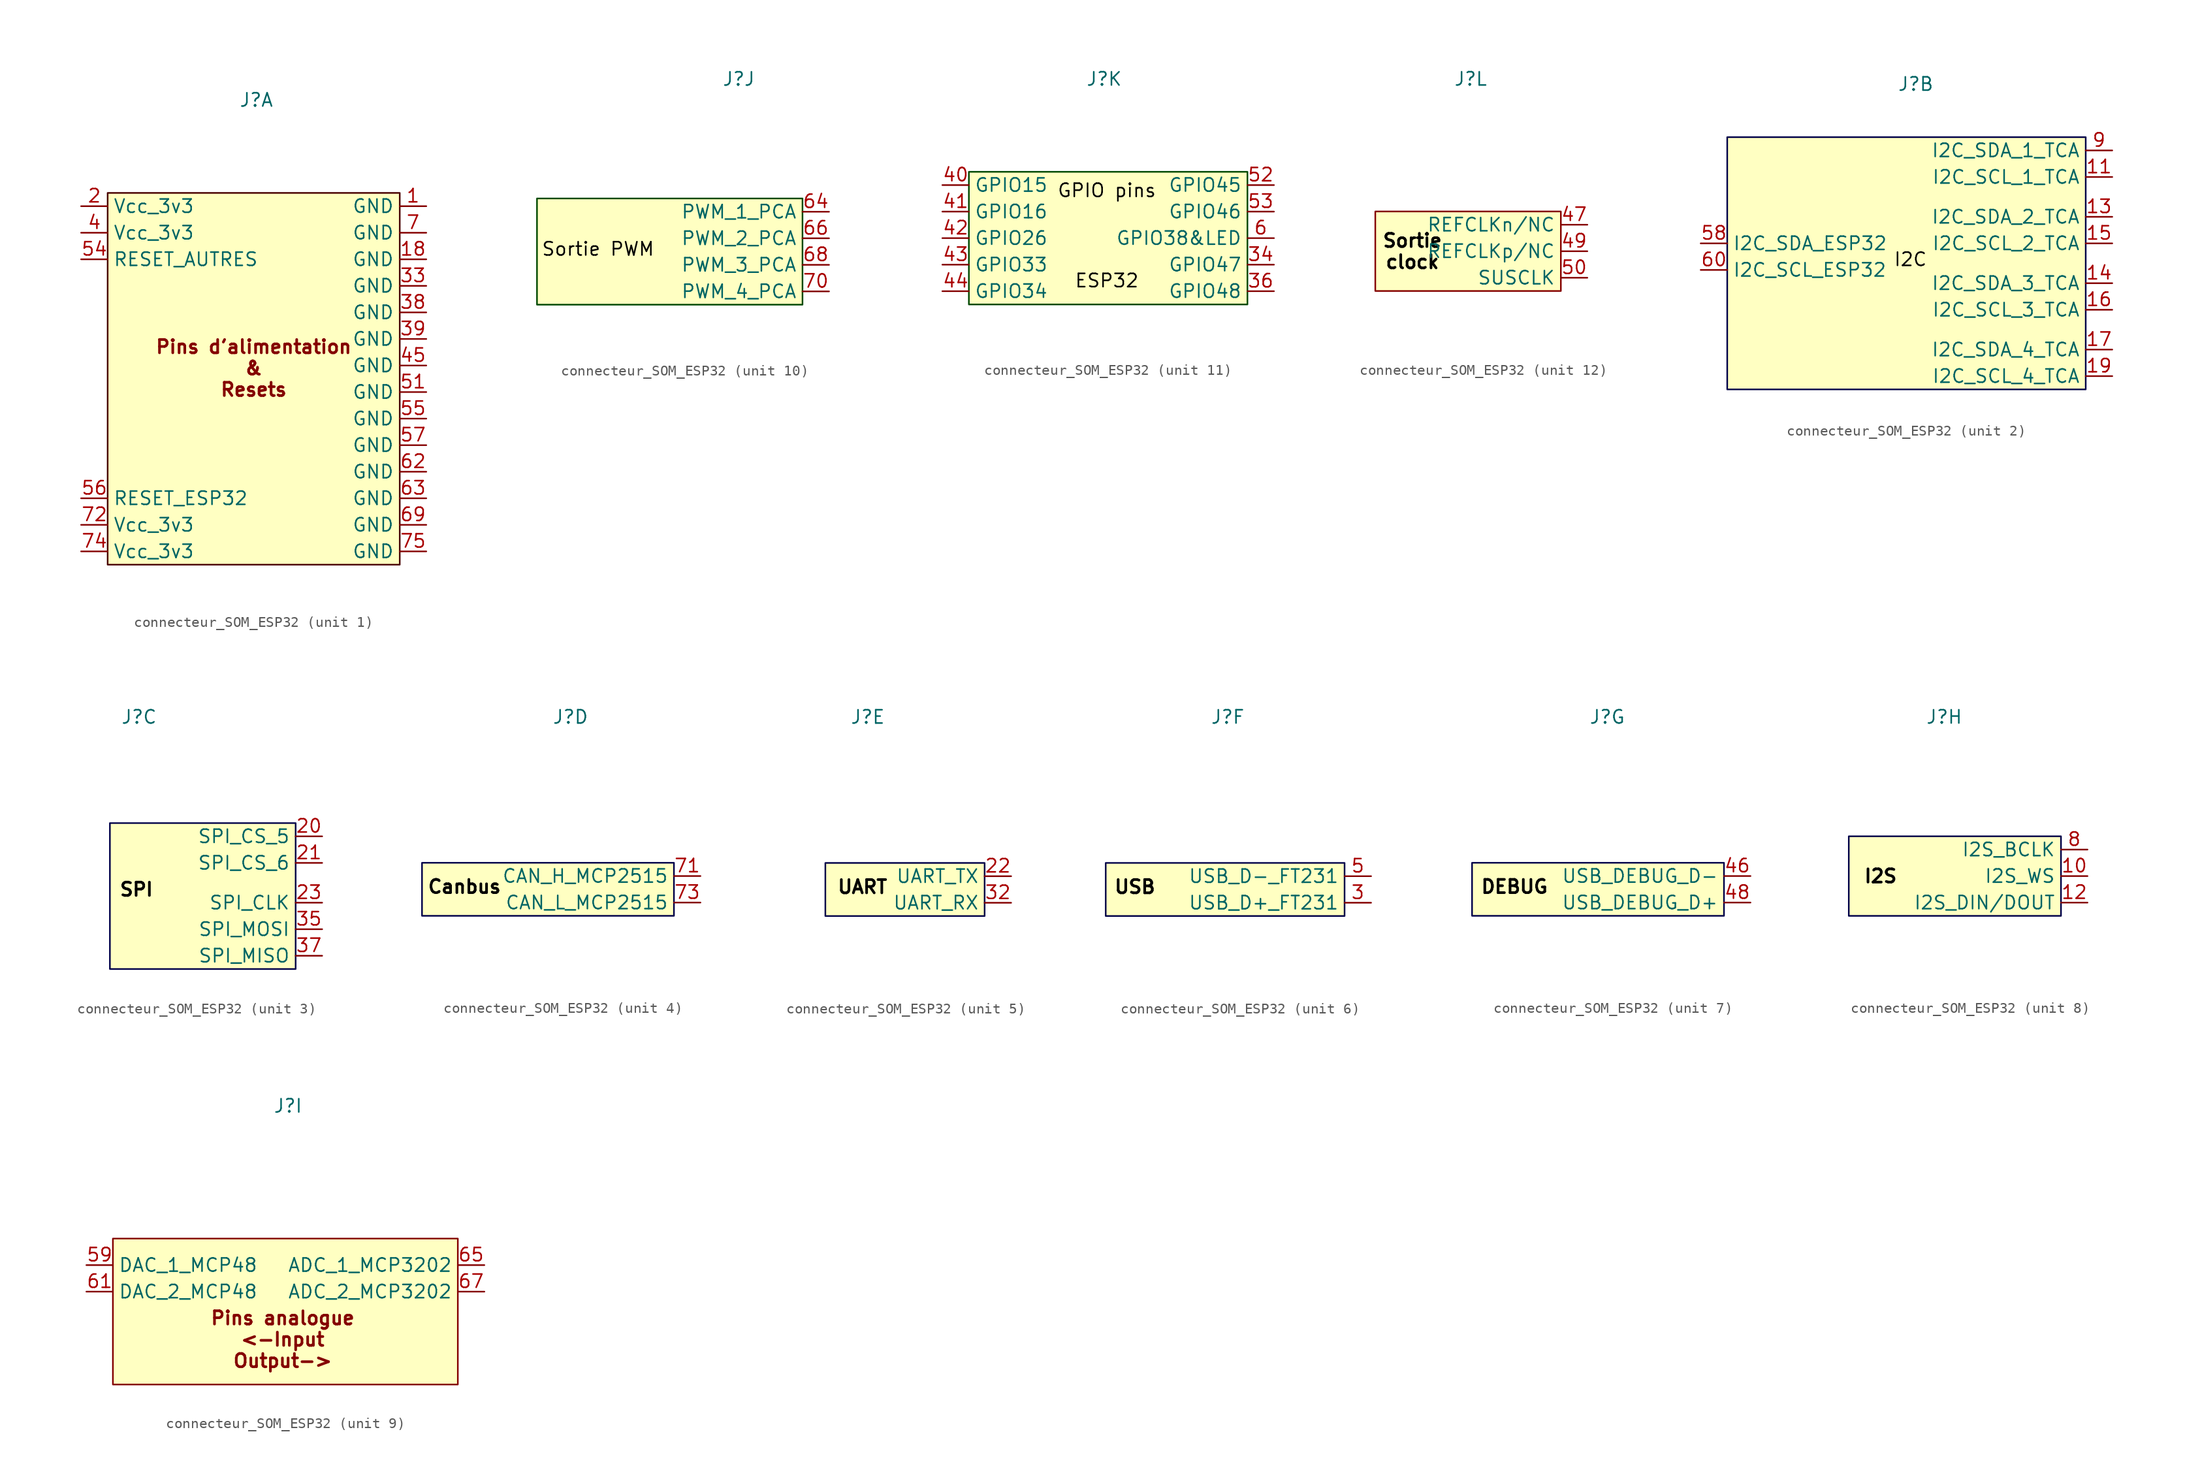
<source format=kicad_sym>
(kicad_symbol_lib
  (version 20231120)
  (generator "kicad_symbol_editor")
  (generator_version "8.0")
  (symbol "connecteur_SOM_ESP32"
    (property "Reference" "J"
      (at 0.254 16.51 0)
      (effects (font (size 1.27 1.27))))
    (property "Value" ""
      (at -6.35 -7.62 0)
      (effects (font (size 1.27 1.27))))
    (property "ki_locked" ""
      (at 0 0 0)
      (effects (font (size 1.27 1.27))))
    (symbol "connecteur_SOM_ESP32_1_1"
      (rectangle (start -13.97 7.62) (end 13.97 -27.94) (stroke (width 0) (type default) (color 72 0 0 1)) (fill (type background)))
      (text "Pins d'alimentation\n&\nResets" (at 0 -9.144 0) (effects (font (size 1.27 1.27) (bold yes))))
      (pin power_in line (at 16.51 6.35 180) (length 2.54) (name "GND" (effects (font (size 1.27 1.27)))) (number "1" (effects (font (size 1.27 1.27)))))
      (pin power_in line (at 16.51 1.27 180) (length 2.54) (name "GND" (effects (font (size 1.27 1.27)))) (number "18" (effects (font (size 1.27 1.27)))))
      (pin power_in line (at -16.51 6.35 0) (length 2.54) (name "Vcc_3v3" (effects (font (size 1.27 1.27)))) (number "2" (effects (font (size 1.27 1.27)))))
      (pin power_in line (at 16.51 -1.27 180) (length 2.54) (name "GND" (effects (font (size 1.27 1.27)))) (number "33" (effects (font (size 1.27 1.27)))))
      (pin power_in line (at 16.51 -3.81 180) (length 2.54) (name "GND" (effects (font (size 1.27 1.27)))) (number "38" (effects (font (size 1.27 1.27)))))
      (pin power_in line (at 16.51 -6.35 180) (length 2.54) (name "GND" (effects (font (size 1.27 1.27)))) (number "39" (effects (font (size 1.27 1.27)))))
      (pin power_in line (at -16.51 3.81 0) (length 2.54) (name "Vcc_3v3" (effects (font (size 1.27 1.27)))) (number "4" (effects (font (size 1.27 1.27)))))
      (pin power_in line (at 16.51 -8.89 180) (length 2.54) (name "GND" (effects (font (size 1.27 1.27)))) (number "45" (effects (font (size 1.27 1.27)))))
      (pin power_in line (at 16.51 -11.43 180) (length 2.54) (name "GND" (effects (font (size 1.27 1.27)))) (number "51" (effects (font (size 1.27 1.27)))))
      (pin bidirectional line (at -16.51 1.27 0) (length 2.54) (name "RESET_AUTRES" (effects (font (size 1.27 1.27)))) (number "54" (effects (font (size 1.27 1.27)))))
      (pin power_in line (at 16.51 -13.97 180) (length 2.54) (name "GND" (effects (font (size 1.27 1.27)))) (number "55" (effects (font (size 1.27 1.27)))))
      (pin bidirectional line (at -16.51 -21.59 0) (length 2.54) (name "RESET_ESP32" (effects (font (size 1.27 1.27)))) (number "56" (effects (font (size 1.27 1.27)))))
      (pin power_in line (at 16.51 -16.51 180) (length 2.54) (name "GND" (effects (font (size 1.27 1.27)))) (number "57" (effects (font (size 1.27 1.27)))))
      (pin power_in line (at 16.51 -19.05 180) (length 2.54) (name "GND" (effects (font (size 1.27 1.27)))) (number "62" (effects (font (size 1.27 1.27)))))
      (pin power_in line (at 16.51 -21.59 180) (length 2.54) (name "GND" (effects (font (size 1.27 1.27)))) (number "63" (effects (font (size 1.27 1.27)))))
      (pin power_in line (at 16.51 -24.13 180) (length 2.54) (name "GND" (effects (font (size 1.27 1.27)))) (number "69" (effects (font (size 1.27 1.27)))))
      (pin power_in line (at 16.51 3.81 180) (length 2.54) (name "GND" (effects (font (size 1.27 1.27)))) (number "7" (effects (font (size 1.27 1.27)))))
      (pin power_in line (at -16.51 -24.13 0) (length 2.54) (name "Vcc_3v3" (effects (font (size 1.27 1.27)))) (number "72" (effects (font (size 1.27 1.27)))))
      (pin power_in line (at -16.51 -26.67 0) (length 2.54) (name "Vcc_3v3" (effects (font (size 1.27 1.27)))) (number "74" (effects (font (size 1.27 1.27)))))
      (pin power_in line (at 16.51 -26.67 180) (length 2.54) (name "GND" (effects (font (size 1.27 1.27)))) (number "75" (effects (font (size 1.27 1.27))))))
    (symbol "connecteur_SOM_ESP32_2_1"
      (rectangle (start -17.78 11.43) (end 16.51 -12.7) (stroke (width 0) (type default) (color 0 0 72 1)) (fill (type background)))
      (text "I2C" (at -0.254 -0.254 0) (effects (font (size 1.27 1.27) (color 0 0 0 1))))
      (pin bidirectional line (at 19.05 7.62 180) (length 2.54) (name "I2C_SCL_1_TCA" (effects (font (size 1.27 1.27)))) (number "11" (effects (font (size 1.27 1.27)))))
      (pin bidirectional line (at 19.05 3.81 180) (length 2.54) (name "I2C_SDA_2_TCA" (effects (font (size 1.27 1.27)))) (number "13" (effects (font (size 1.27 1.27)))))
      (pin bidirectional line (at 19.05 -2.54 180) (length 2.54) (name "I2C_SDA_3_TCA" (effects (font (size 1.27 1.27)))) (number "14" (effects (font (size 1.27 1.27)))))
      (pin bidirectional line (at 19.05 1.27 180) (length 2.54) (name "I2C_SCL_2_TCA" (effects (font (size 1.27 1.27)))) (number "15" (effects (font (size 1.27 1.27)))))
      (pin bidirectional line (at 19.05 -5.08 180) (length 2.54) (name "I2C_SCL_3_TCA" (effects (font (size 1.27 1.27)))) (number "16" (effects (font (size 1.27 1.27)))))
      (pin bidirectional line (at 19.05 -8.89 180) (length 2.54) (name "I2C_SDA_4_TCA" (effects (font (size 1.27 1.27)))) (number "17" (effects (font (size 1.27 1.27)))))
      (pin bidirectional line (at 19.05 -11.43 180) (length 2.54) (name "I2C_SCL_4_TCA" (effects (font (size 1.27 1.27)))) (number "19" (effects (font (size 1.27 1.27)))))
      (pin bidirectional line (at -20.32 1.27 0) (length 2.54) (name "I2C_SDA_ESP32" (effects (font (size 1.27 1.27)))) (number "58" (effects (font (size 1.27 1.27)))))
      (pin bidirectional line (at -20.32 -1.27 0) (length 2.54) (name "I2C_SCL_ESP32" (effects (font (size 1.27 1.27)))) (number "60" (effects (font (size 1.27 1.27)))))
      (pin bidirectional line (at 19.05 10.16 180) (length 2.54) (name "I2C_SDA_1_TCA" (effects (font (size 1.27 1.27)))) (number "9" (effects (font (size 1.27 1.27))))))
    (symbol "connecteur_SOM_ESP32_3_1"
      (rectangle (start -2.54 6.35) (end 15.24 -7.62) (stroke (width 0) (type default) (color 0 0 72 1)) (fill (type background)))
      (text "SPI" (at 0 0 0) (effects (font (size 1.27 1.27) (bold yes) (color 0 0 0 1))))
      (pin bidirectional line (at 17.78 5.08 180) (length 2.54) (name "SPI_CS_5" (effects (font (size 1.27 1.27)))) (number "20" (effects (font (size 1.27 1.27)))))
      (pin bidirectional line (at 17.78 2.54 180) (length 2.54) (name "SPI_CS_6" (effects (font (size 1.27 1.27)))) (number "21" (effects (font (size 1.27 1.27)))))
      (pin bidirectional line (at 17.78 -1.27 180) (length 2.54) (name "SPI_CLK" (effects (font (size 1.27 1.27)))) (number "23" (effects (font (size 1.27 1.27)))))
      (pin bidirectional line (at 17.78 -3.81 180) (length 2.54) (name "SPI_MOSI" (effects (font (size 1.27 1.27)))) (number "35" (effects (font (size 1.27 1.27)))))
      (pin bidirectional line (at 17.78 -6.35 180) (length 2.54) (name "SPI_MISO" (effects (font (size 1.27 1.27)))) (number "37" (effects (font (size 1.27 1.27))))))
    (symbol "connecteur_SOM_ESP32_4_1"
      (rectangle (start -13.97 2.54) (end 10.16 -2.54) (stroke (width 0) (type default) (color 0 0 72 1)) (fill (type background)))
      (text "Canbus" (at -9.906 0.254 0) (effects (font (size 1.27 1.27) (bold yes) (color 0 0 0 1))))
      (pin bidirectional line (at 12.7 1.27 180) (length 2.54) (name "CAN_H_MCP2515" (effects (font (size 1.27 1.27)))) (number "71" (effects (font (size 1.27 1.27)))))
      (pin bidirectional line (at 12.7 -1.27 180) (length 2.54) (name "CAN_L_MCP2515" (effects (font (size 1.27 1.27)))) (number "73" (effects (font (size 1.27 1.27))))))
    (symbol "connecteur_SOM_ESP32_5_1"
      (rectangle (start -3.81 2.54) (end 11.43 -2.54) (stroke (width 0) (type default) (color 0 0 72 1)) (fill (type background)))
      (text "UART" (at -0.254 0.254 0) (effects (font (size 1.27 1.27) (bold yes) (color 0 0 0 1))))
      (pin bidirectional line (at 13.97 1.27 180) (length 2.54) (name "UART_TX" (effects (font (size 1.27 1.27)))) (number "22" (effects (font (size 1.27 1.27)))))
      (pin bidirectional line (at 13.97 -1.27 180) (length 2.54) (name "UART_RX" (effects (font (size 1.27 1.27)))) (number "32" (effects (font (size 1.27 1.27))))))
    (symbol "connecteur_SOM_ESP32_6_1"
      (rectangle (start -11.43 2.54) (end 11.43 -2.54) (stroke (width 0) (type default) (color 0 0 72 1)) (fill (type background)))
      (text "USB" (at -8.636 0.254 0) (effects (font (size 1.27 1.27) (bold yes) (color 0 0 0 1))))
      (pin bidirectional line (at 13.97 -1.27 180) (length 2.54) (name "USB_D+_FT231" (effects (font (size 1.27 1.27)))) (number "3" (effects (font (size 1.27 1.27)))))
      (pin bidirectional line (at 13.97 1.27 180) (length 2.54) (name "USB_D-_FT231" (effects (font (size 1.27 1.27)))) (number "5" (effects (font (size 1.27 1.27))))))
    (symbol "connecteur_SOM_ESP32_7_1"
      (rectangle (start -12.7 2.54) (end 11.43 -2.54) (stroke (width 0) (type default) (color 0 0 72 1)) (fill (type background)))
      (text "DEBUG" (at -8.636 0.254 0) (effects (font (size 1.27 1.27) (bold yes) (color 0 0 0 1))))
      (pin bidirectional line (at 13.97 1.27 180) (length 2.54) (name "USB_DEBUG_D-" (effects (font (size 1.27 1.27)))) (number "46" (effects (font (size 1.27 1.27)))))
      (pin bidirectional line (at 13.97 -1.27 180) (length 2.54) (name "USB_DEBUG_D+" (effects (font (size 1.27 1.27)))) (number "48" (effects (font (size 1.27 1.27))))))
    (symbol "connecteur_SOM_ESP32_8_1"
      (rectangle (start -8.89 5.08) (end 11.43 -2.54) (stroke (width 0) (type default) (color 0 0 72 1)) (fill (type background)))
      (text "I2S" (at -5.842 1.27 0) (effects (font (size 1.27 1.27) (bold yes) (color 0 0 0 1))))
      (pin bidirectional line (at 13.97 1.27 180) (length 2.54) (name "I2S_WS" (effects (font (size 1.27 1.27)))) (number "10" (effects (font (size 1.27 1.27)))))
      (pin bidirectional line (at 13.97 -1.27 180) (length 2.54) (name "I2S_DIN/DOUT" (effects (font (size 1.27 1.27)))) (number "12" (effects (font (size 1.27 1.27)))))
      (pin bidirectional line (at 13.97 3.81 180) (length 2.54) (name "I2S_BCLK" (effects (font (size 1.27 1.27)))) (number "8" (effects (font (size 1.27 1.27))))))
    (symbol "connecteur_SOM_ESP32_9_1"
      (rectangle (start -16.51 3.81) (end 16.51 -10.16) (stroke (width 0) (type default)) (fill (type background)))
      (text "Pins analogue\n<-Input\nOutput->" (at -0.254 -5.842 0) (effects (font (size 1.27 1.27) (bold yes))))
      (pin bidirectional line (at -19.05 1.27 0) (length 2.54) (name "DAC_1_MCP48" (effects (font (size 1.27 1.27)))) (number "59" (effects (font (size 1.27 1.27)))))
      (pin bidirectional line (at -19.05 -1.27 0) (length 2.54) (name "DAC_2_MCP48" (effects (font (size 1.27 1.27)))) (number "61" (effects (font (size 1.27 1.27)))))
      (pin power_in line (at 19.05 1.27 180) (length 2.54) (name "ADC_1_MCP3202" (effects (font (size 1.27 1.27)))) (number "65" (effects (font (size 1.27 1.27)))))
      (pin power_in line (at 19.05 -1.27 180) (length 2.54) (name "ADC_2_MCP3202" (effects (font (size 1.27 1.27)))) (number "67" (effects (font (size 1.27 1.27))))))
    (symbol "connecteur_SOM_ESP32_10_1"
      (rectangle (start -19.05 5.08) (end 6.35 -5.08) (stroke (width 0) (type default) (color 0 72 0 1)) (fill (type background)))
      (text "Sortie PWM\n" (at -13.208 0.254 0) (effects (font (size 1.27 1.27) (color 0 0 0 1))))
      (pin output line (at 8.89 3.81 180) (length 2.54) (name "PWM_1_PCA" (effects (font (size 1.27 1.27)))) (number "64" (effects (font (size 1.27 1.27)))))
      (pin output line (at 8.89 1.27 180) (length 2.54) (name "PWM_2_PCA" (effects (font (size 1.27 1.27)))) (number "66" (effects (font (size 1.27 1.27)))))
      (pin output line (at 8.89 -1.27 180) (length 2.54) (name "PWM_3_PCA" (effects (font (size 1.27 1.27)))) (number "68" (effects (font (size 1.27 1.27)))))
      (pin output line (at 8.89 -3.81 180) (length 2.54) (name "PWM_4_PCA" (effects (font (size 1.27 1.27)))) (number "70" (effects (font (size 1.27 1.27))))))
    (symbol "connecteur_SOM_ESP32_11_1"
      (rectangle (start -12.7 7.62) (end 13.97 -5.08) (stroke (width 0) (type default) (color 0 72 0 1)) (fill (type background)))
      (text "ESP32\n" (at 0.508 -2.794 0) (effects (font (size 1.27 1.27) (color 0 0 0 1))))
      (text "GPIO pins" (at 0.508 5.842 0) (effects (font (size 1.27 1.27) (color 0 0 0 1))))
      (pin bidirectional line (at 16.51 -1.27 180) (length 2.54) (name "GPIO47" (effects (font (size 1.27 1.27)))) (number "34" (effects (font (size 1.27 1.27)))))
      (pin bidirectional line (at 16.51 -3.81 180) (length 2.54) (name "GPIO48" (effects (font (size 1.27 1.27)))) (number "36" (effects (font (size 1.27 1.27)))))
      (pin bidirectional line (at -15.24 6.35 0) (length 2.54) (name "GPIO15" (effects (font (size 1.27 1.27)))) (number "40" (effects (font (size 1.27 1.27)))))
      (pin bidirectional line (at -15.24 3.81 0) (length 2.54) (name "GPIO16" (effects (font (size 1.27 1.27)))) (number "41" (effects (font (size 1.27 1.27)))))
      (pin bidirectional line (at -15.24 1.27 0) (length 2.54) (name "GPIO26" (effects (font (size 1.27 1.27)))) (number "42" (effects (font (size 1.27 1.27)))))
      (pin bidirectional line (at -15.24 -1.27 0) (length 2.54) (name "GPIO33" (effects (font (size 1.27 1.27)))) (number "43" (effects (font (size 1.27 1.27)))))
      (pin bidirectional line (at -15.24 -3.81 0) (length 2.54) (name "GPIO34" (effects (font (size 1.27 1.27)))) (number "44" (effects (font (size 1.27 1.27)))))
      (pin bidirectional line (at 16.51 6.35 180) (length 2.54) (name "GPIO45" (effects (font (size 1.27 1.27)))) (number "52" (effects (font (size 1.27 1.27)))))
      (pin bidirectional line (at 16.51 3.81 180) (length 2.54) (name "GPIO46" (effects (font (size 1.27 1.27)))) (number "53" (effects (font (size 1.27 1.27)))))
      (pin bidirectional line (at 16.51 1.27 180) (length 2.54) (name "GPIO38&LED" (effects (font (size 1.27 1.27)))) (number "6" (effects (font (size 1.27 1.27))))))
    (symbol "connecteur_SOM_ESP32_12_1"
      (rectangle (start -8.89 3.81) (end 8.89 -3.81) (stroke (width 0) (type default)) (fill (type background)))
      (text "Sortie\nclock" (at -5.334 0 0) (effects (font (size 1.27 1.27) (bold yes) (color 0 0 0 1))))
      (pin output line (at 11.43 2.54 180) (length 2.54) (name "REFCLKn/NC" (effects (font (size 1.27 1.27)))) (number "47" (effects (font (size 1.27 1.27)))))
      (pin output line (at 11.43 0 180) (length 2.54) (name "REFCLKp/NC" (effects (font (size 1.27 1.27)))) (number "49" (effects (font (size 1.27 1.27)))))
      (pin output line (at 11.43 -2.54 180) (length 2.54) (name "SUSCLK" (effects (font (size 1.27 1.27)))) (number "50" (effects (font (size 1.27 1.27))))))))
</source>
